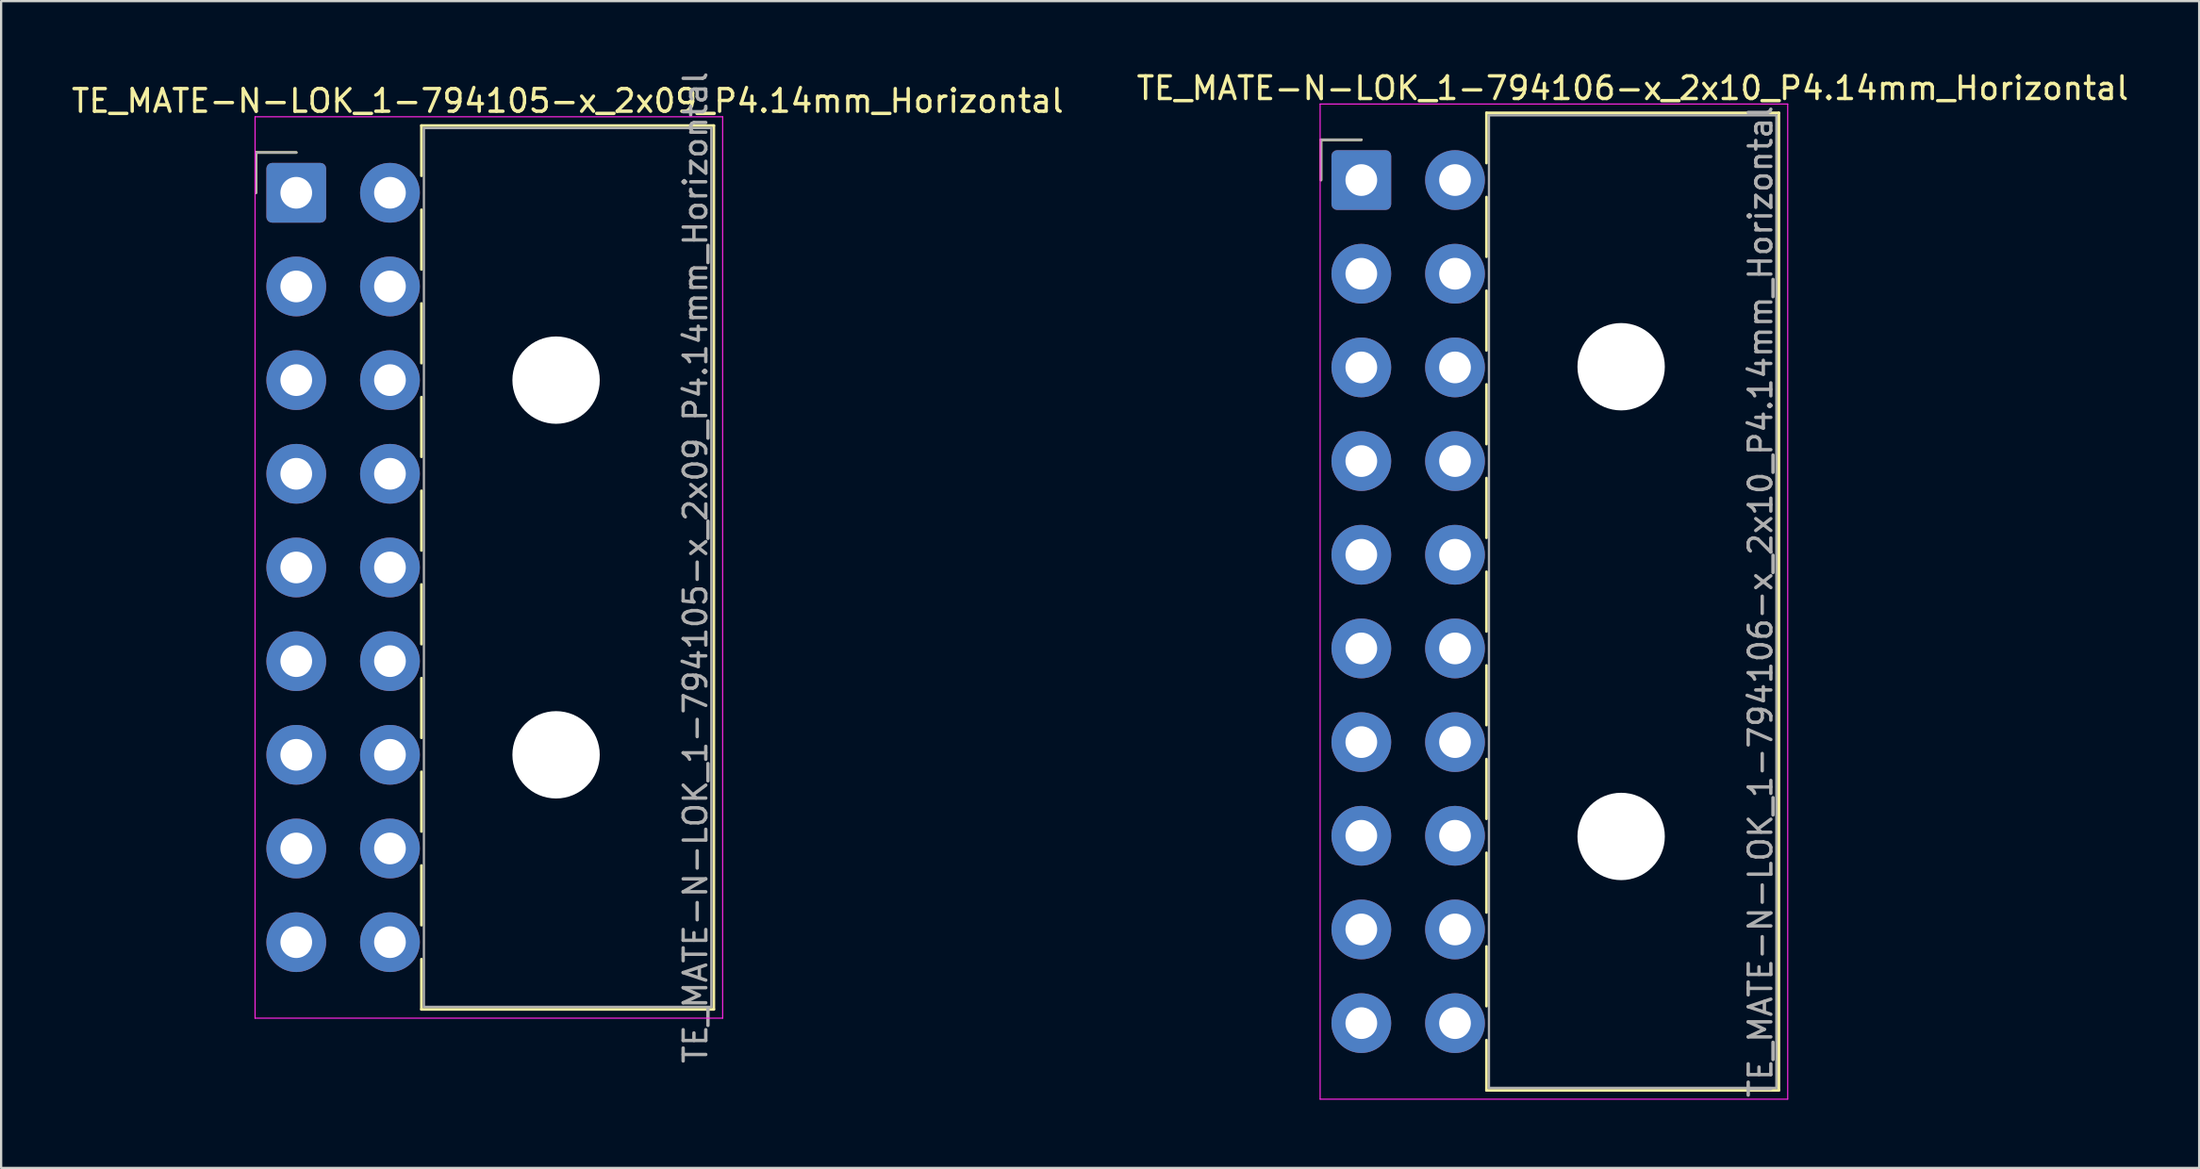
<source format=kicad_pcb>
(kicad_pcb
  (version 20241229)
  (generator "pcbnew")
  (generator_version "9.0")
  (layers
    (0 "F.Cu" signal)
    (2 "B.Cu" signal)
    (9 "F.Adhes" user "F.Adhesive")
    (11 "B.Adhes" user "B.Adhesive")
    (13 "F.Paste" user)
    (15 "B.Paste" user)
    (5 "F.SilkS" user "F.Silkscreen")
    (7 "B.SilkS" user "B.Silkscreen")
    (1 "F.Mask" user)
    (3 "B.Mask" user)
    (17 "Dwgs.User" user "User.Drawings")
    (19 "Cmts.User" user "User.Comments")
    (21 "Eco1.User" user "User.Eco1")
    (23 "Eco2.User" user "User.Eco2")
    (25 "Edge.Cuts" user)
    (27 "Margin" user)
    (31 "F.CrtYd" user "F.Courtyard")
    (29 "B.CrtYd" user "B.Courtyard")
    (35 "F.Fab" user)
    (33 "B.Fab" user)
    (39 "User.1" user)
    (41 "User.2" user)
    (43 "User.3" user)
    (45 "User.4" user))
  (footprint "TE_MATE-N-LOK_1-794105-x_2x09_P4.14mm_Horizontal"
    (layer "F.Cu")
    (at 10.04 5.47)
    (property "Reference" "TE_MATE-N-LOK_1-794105-x_2x09_P4.14mm_Horizontal" (at 11.99 -4.06 0) (layer "F.SilkS") (effects (font (size 1 1) (thickness 0.15))))
    (attr through_hole)
    (fp_line (start -1.78 -1.78) (end -1.78 0) (stroke (width 0.12) (type solid)) (layer "F.SilkS"))
    (fp_line (start 0 -1.78) (end -1.78 -1.78) (stroke (width 0.12) (type solid)) (layer "F.SilkS"))
    (fp_line (start 5.53 -2.97) (end 18.45 -2.97) (stroke (width 0.12) (type solid)) (layer "F.SilkS"))
    (fp_line (start 5.53 -0.751) (end 5.53 -2.97) (stroke (width 0.12) (type solid)) (layer "F.SilkS"))
    (fp_line (start 5.53 0.751) (end 5.53 3.389) (stroke (width 0.12) (type solid)) (layer "F.SilkS"))
    (fp_line (start 5.53 4.891) (end 5.53 7.529) (stroke (width 0.12) (type solid)) (layer "F.SilkS"))
    (fp_line (start 5.53 9.031) (end 5.53 11.669) (stroke (width 0.12) (type solid)) (layer "F.SilkS"))
    (fp_line (start 5.53 13.171) (end 5.53 15.809) (stroke (width 0.12) (type solid)) (layer "F.SilkS"))
    (fp_line (start 5.53 17.311) (end 5.53 19.949) (stroke (width 0.12) (type solid)) (layer "F.SilkS"))
    (fp_line (start 5.53 21.451) (end 5.53 24.089) (stroke (width 0.12) (type solid)) (layer "F.SilkS"))
    (fp_line (start 5.53 25.591) (end 5.53 28.229) (stroke (width 0.12) (type solid)) (layer "F.SilkS"))
    (fp_line (start 5.53 29.731) (end 5.53 32.369) (stroke (width 0.12) (type solid)) (layer "F.SilkS"))
    (fp_line (start 5.53 36.09) (end 5.53 33.871) (stroke (width 0.12) (type solid)) (layer "F.SilkS"))
    (fp_line (start 18.45 -2.97) (end 18.45 36.09) (stroke (width 0.12) (type solid)) (layer "F.SilkS"))
    (fp_line (start 18.45 36.09) (end 5.53 36.09) (stroke (width 0.12) (type solid)) (layer "F.SilkS"))
    (fp_line (start -1.82 -3.36) (end -1.82 36.48) (stroke (width 0.05) (type solid)) (layer "F.CrtYd"))
    (fp_line (start -1.82 36.48) (end 18.84 36.48) (stroke (width 0.05) (type solid)) (layer "F.CrtYd"))
    (fp_line (start 18.84 -3.36) (end -1.82 -3.36) (stroke (width 0.05) (type solid)) (layer "F.CrtYd"))
    (fp_line (start 18.84 36.48) (end 18.84 -3.36) (stroke (width 0.05) (type solid)) (layer "F.CrtYd"))
    (fp_line (start -1.78 -1.78) (end -1.78 0) (stroke (width 0.1) (type solid)) (layer "F.Fab"))
    (fp_line (start 0 -1.78) (end -1.78 -1.78) (stroke (width 0.1) (type solid)) (layer "F.Fab"))
    (fp_line (start 5.64 -2.86) (end 5.64 35.98) (stroke (width 0.1) (type solid)) (layer "F.Fab"))
    (fp_line (start 5.64 35.98) (end 18.34 35.98) (stroke (width 0.1) (type solid)) (layer "F.Fab"))
    (fp_line (start 18.34 -2.86) (end 5.64 -2.86) (stroke (width 0.1) (type solid)) (layer "F.Fab"))
    (fp_line (start 18.34 35.98) (end 18.34 -2.86) (stroke (width 0.1) (type solid)) (layer "F.Fab"))
    (fp_text user "${REFERENCE}" (at 17.64 16.56 90) (layer "F.Fab") (effects (font (size 1 1) (thickness 0.15))))
    (pad "" np_thru_hole circle (at 11.48 8.28) (size 3.86 3.86) (drill 3.86) (layers "*.Cu" "*.Mask"))
    (pad "" np_thru_hole circle (at 11.48 24.84) (size 3.86 3.86) (drill 3.86) (layers "*.Cu" "*.Mask"))
    (pad "1" thru_hole roundrect (at 0 0) (size 2.64 2.64) (drill 1.4) (layers "*.Cu" "*.Mask") (roundrect_rratio 0.095))
    (pad "2" thru_hole circle (at 0 4.14) (size 2.64 2.64) (drill 1.4) (layers "*.Cu" "*.Mask"))
    (pad "3" thru_hole circle (at 0 8.28) (size 2.64 2.64) (drill 1.4) (layers "*.Cu" "*.Mask"))
    (pad "4" thru_hole circle (at 0 12.42) (size 2.64 2.64) (drill 1.4) (layers "*.Cu" "*.Mask"))
    (pad "5" thru_hole circle (at 0 16.56) (size 2.64 2.64) (drill 1.4) (layers "*.Cu" "*.Mask"))
    (pad "6" thru_hole circle (at 0 20.7) (size 2.64 2.64) (drill 1.4) (layers "*.Cu" "*.Mask"))
    (pad "7" thru_hole circle (at 0 24.84) (size 2.64 2.64) (drill 1.4) (layers "*.Cu" "*.Mask"))
    (pad "8" thru_hole circle (at 0 28.98) (size 2.64 2.64) (drill 1.4) (layers "*.Cu" "*.Mask"))
    (pad "9" thru_hole circle (at 0 33.12) (size 2.64 2.64) (drill 1.4) (layers "*.Cu" "*.Mask"))
    (pad "10" thru_hole circle (at 4.14 0) (size 2.64 2.64) (drill 1.4) (layers "*.Cu" "*.Mask"))
    (pad "11" thru_hole circle (at 4.14 4.14) (size 2.64 2.64) (drill 1.4) (layers "*.Cu" "*.Mask"))
    (pad "12" thru_hole circle (at 4.14 8.28) (size 2.64 2.64) (drill 1.4) (layers "*.Cu" "*.Mask"))
    (pad "13" thru_hole circle (at 4.14 12.42) (size 2.64 2.64) (drill 1.4) (layers "*.Cu" "*.Mask"))
    (pad "14" thru_hole circle (at 4.14 16.56) (size 2.64 2.64) (drill 1.4) (layers "*.Cu" "*.Mask"))
    (pad "15" thru_hole circle (at 4.14 20.7) (size 2.64 2.64) (drill 1.4) (layers "*.Cu" "*.Mask"))
    (pad "16" thru_hole circle (at 4.14 24.84) (size 2.64 2.64) (drill 1.4) (layers "*.Cu" "*.Mask"))
    (pad "17" thru_hole circle (at 4.14 28.98) (size 2.64 2.64) (drill 1.4) (layers "*.Cu" "*.Mask"))
    (pad "18" thru_hole circle (at 4.14 33.12) (size 2.64 2.64) (drill 1.4) (layers "*.Cu" "*.Mask")))
  (footprint "TE_MATE-N-LOK_1-794106-x_2x10_P4.14mm_Horizontal"
    (layer "F.Cu")
    (at 57.099 4.908)
    (property "Reference" "TE_MATE-N-LOK_1-794106-x_2x10_P4.14mm_Horizontal" (at 11.99 -4.06 0) (layer "F.SilkS") (effects (font (size 1 1) (thickness 0.15))))
    (attr through_hole)
    (fp_line (start -1.78 -1.78) (end -1.78 0) (stroke (width 0.12) (type solid)) (layer "F.SilkS"))
    (fp_line (start 0 -1.78) (end -1.78 -1.78) (stroke (width 0.12) (type solid)) (layer "F.SilkS"))
    (fp_line (start 5.53 -2.97) (end 18.45 -2.97) (stroke (width 0.12) (type solid)) (layer "F.SilkS"))
    (fp_line (start 5.53 -0.751) (end 5.53 -2.97) (stroke (width 0.12) (type solid)) (layer "F.SilkS"))
    (fp_line (start 5.53 0.751) (end 5.53 3.389) (stroke (width 0.12) (type solid)) (layer "F.SilkS"))
    (fp_line (start 5.53 4.891) (end 5.53 7.529) (stroke (width 0.12) (type solid)) (layer "F.SilkS"))
    (fp_line (start 5.53 9.031) (end 5.53 11.669) (stroke (width 0.12) (type solid)) (layer "F.SilkS"))
    (fp_line (start 5.53 13.171) (end 5.53 15.809) (stroke (width 0.12) (type solid)) (layer "F.SilkS"))
    (fp_line (start 5.53 17.311) (end 5.53 19.949) (stroke (width 0.12) (type solid)) (layer "F.SilkS"))
    (fp_line (start 5.53 21.451) (end 5.53 24.089) (stroke (width 0.12) (type solid)) (layer "F.SilkS"))
    (fp_line (start 5.53 25.591) (end 5.53 28.229) (stroke (width 0.12) (type solid)) (layer "F.SilkS"))
    (fp_line (start 5.53 29.731) (end 5.53 32.369) (stroke (width 0.12) (type solid)) (layer "F.SilkS"))
    (fp_line (start 5.53 33.871) (end 5.53 36.509) (stroke (width 0.12) (type solid)) (layer "F.SilkS"))
    (fp_line (start 5.53 40.23) (end 5.53 38.011) (stroke (width 0.12) (type solid)) (layer "F.SilkS"))
    (fp_line (start 18.45 -2.97) (end 18.45 40.23) (stroke (width 0.12) (type solid)) (layer "F.SilkS"))
    (fp_line (start 18.45 40.23) (end 5.53 40.23) (stroke (width 0.12) (type solid)) (layer "F.SilkS"))
    (fp_line (start -1.82 -3.36) (end -1.82 40.62) (stroke (width 0.05) (type solid)) (layer "F.CrtYd"))
    (fp_line (start -1.82 40.62) (end 18.84 40.62) (stroke (width 0.05) (type solid)) (layer "F.CrtYd"))
    (fp_line (start 18.84 -3.36) (end -1.82 -3.36) (stroke (width 0.05) (type solid)) (layer "F.CrtYd"))
    (fp_line (start 18.84 40.62) (end 18.84 -3.36) (stroke (width 0.05) (type solid)) (layer "F.CrtYd"))
    (fp_line (start -1.78 -1.78) (end -1.78 0) (stroke (width 0.1) (type solid)) (layer "F.Fab"))
    (fp_line (start 0 -1.78) (end -1.78 -1.78) (stroke (width 0.1) (type solid)) (layer "F.Fab"))
    (fp_line (start 5.64 -2.86) (end 5.64 40.12) (stroke (width 0.1) (type solid)) (layer "F.Fab"))
    (fp_line (start 5.64 40.12) (end 18.34 40.12) (stroke (width 0.1) (type solid)) (layer "F.Fab"))
    (fp_line (start 18.34 -2.86) (end 5.64 -2.86) (stroke (width 0.1) (type solid)) (layer "F.Fab"))
    (fp_line (start 18.34 40.12) (end 18.34 -2.86) (stroke (width 0.1) (type solid)) (layer "F.Fab"))
    (fp_text user "${REFERENCE}" (at 17.64 18.63 90) (layer "F.Fab") (effects (font (size 1 1) (thickness 0.15))))
    (pad "" np_thru_hole circle (at 11.48 8.25) (size 3.86 3.86) (drill 3.86) (layers "*.Cu" "*.Mask"))
    (pad "" np_thru_hole circle (at 11.48 29.01) (size 3.86 3.86) (drill 3.86) (layers "*.Cu" "*.Mask"))
    (pad "1" thru_hole roundrect (at 0 0) (size 2.64 2.64) (drill 1.4) (layers "*.Cu" "*.Mask") (roundrect_rratio 0.095))
    (pad "2" thru_hole circle (at 0 4.14) (size 2.64 2.64) (drill 1.4) (layers "*.Cu" "*.Mask"))
    (pad "3" thru_hole circle (at 0 8.28) (size 2.64 2.64) (drill 1.4) (layers "*.Cu" "*.Mask"))
    (pad "4" thru_hole circle (at 0 12.42) (size 2.64 2.64) (drill 1.4) (layers "*.Cu" "*.Mask"))
    (pad "5" thru_hole circle (at 0 16.56) (size 2.64 2.64) (drill 1.4) (layers "*.Cu" "*.Mask"))
    (pad "6" thru_hole circle (at 0 20.7) (size 2.64 2.64) (drill 1.4) (layers "*.Cu" "*.Mask"))
    (pad "7" thru_hole circle (at 0 24.84) (size 2.64 2.64) (drill 1.4) (layers "*.Cu" "*.Mask"))
    (pad "8" thru_hole circle (at 0 28.98) (size 2.64 2.64) (drill 1.4) (layers "*.Cu" "*.Mask"))
    (pad "9" thru_hole circle (at 0 33.12) (size 2.64 2.64) (drill 1.4) (layers "*.Cu" "*.Mask"))
    (pad "10" thru_hole circle (at 0 37.26) (size 2.64 2.64) (drill 1.4) (layers "*.Cu" "*.Mask"))
    (pad "11" thru_hole circle (at 4.14 0) (size 2.64 2.64) (drill 1.4) (layers "*.Cu" "*.Mask"))
    (pad "12" thru_hole circle (at 4.14 4.14) (size 2.64 2.64) (drill 1.4) (layers "*.Cu" "*.Mask"))
    (pad "13" thru_hole circle (at 4.14 8.28) (size 2.64 2.64) (drill 1.4) (layers "*.Cu" "*.Mask"))
    (pad "14" thru_hole circle (at 4.14 12.42) (size 2.64 2.64) (drill 1.4) (layers "*.Cu" "*.Mask"))
    (pad "15" thru_hole circle (at 4.14 16.56) (size 2.64 2.64) (drill 1.4) (layers "*.Cu" "*.Mask"))
    (pad "16" thru_hole circle (at 4.14 20.7) (size 2.64 2.64) (drill 1.4) (layers "*.Cu" "*.Mask"))
    (pad "17" thru_hole circle (at 4.14 24.84) (size 2.64 2.64) (drill 1.4) (layers "*.Cu" "*.Mask"))
    (pad "18" thru_hole circle (at 4.14 28.98) (size 2.64 2.64) (drill 1.4) (layers "*.Cu" "*.Mask"))
    (pad "19" thru_hole circle (at 4.14 33.12) (size 2.64 2.64) (drill 1.4) (layers "*.Cu" "*.Mask"))
    (pad "20" thru_hole circle (at 4.14 37.26) (size 2.64 2.64) (drill 1.4) (layers "*.Cu" "*.Mask")))
  (gr_rect
    (start -3 -3)
    (end 94.119 48.568)
    (stroke (width 0.1) (type default))
    (fill no)
    (layer "Edge.Cuts")))
</source>
